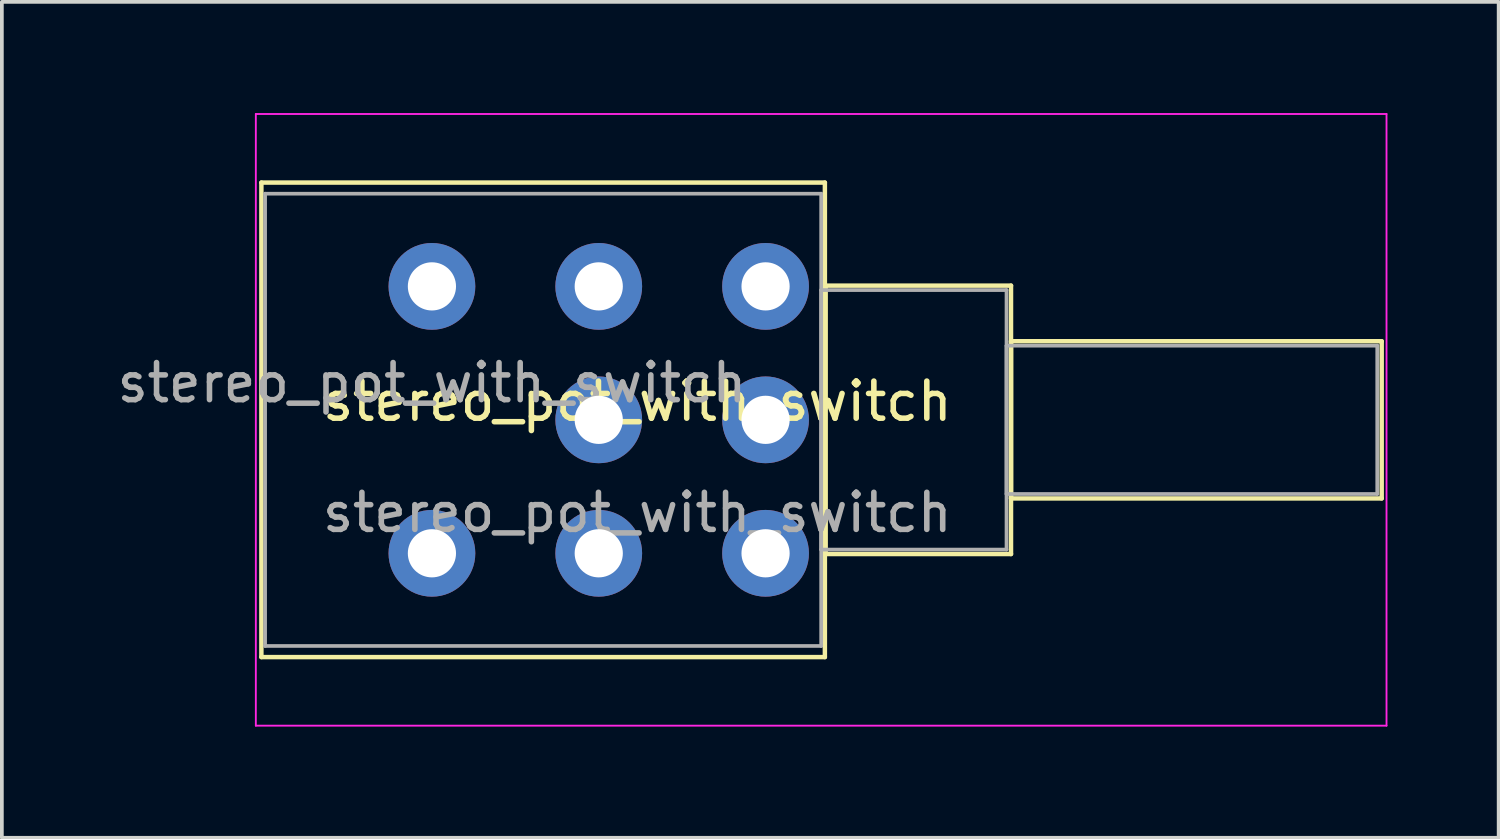
<source format=kicad_pcb>
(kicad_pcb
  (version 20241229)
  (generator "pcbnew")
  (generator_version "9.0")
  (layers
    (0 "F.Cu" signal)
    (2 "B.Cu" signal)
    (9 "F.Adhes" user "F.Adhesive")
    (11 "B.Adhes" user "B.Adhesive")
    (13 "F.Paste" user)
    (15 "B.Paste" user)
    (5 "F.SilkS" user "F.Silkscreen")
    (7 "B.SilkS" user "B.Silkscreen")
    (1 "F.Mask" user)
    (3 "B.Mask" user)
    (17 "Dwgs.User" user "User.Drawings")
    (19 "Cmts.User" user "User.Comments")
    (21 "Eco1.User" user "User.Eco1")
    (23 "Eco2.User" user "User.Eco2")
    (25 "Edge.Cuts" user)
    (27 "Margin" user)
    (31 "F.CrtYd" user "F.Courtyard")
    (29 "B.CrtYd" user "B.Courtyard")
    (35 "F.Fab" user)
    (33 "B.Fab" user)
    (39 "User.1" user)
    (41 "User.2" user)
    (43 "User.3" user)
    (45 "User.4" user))
  (footprint "stereo_pot_with_switch"
    (layer "F.Cu")
    (at 11.601 8.275)
    (property "Reference" "stereo_pot_with_switch" (at 2.54 -0.5 0) (unlocked yes) (layer "F.SilkS") (effects (font (size 1 1) (thickness 0.15))))
    (attr through_hole)
    (fp_line (start -7.6 -6.4) (end -7.6 6.4) (stroke (width 0.12) (type solid)) (layer "F.SilkS"))
    (fp_line (start -7.6 -6.4) (end 7.6 -6.4) (stroke (width 0.12) (type solid)) (layer "F.SilkS"))
    (fp_line (start -7.6 6.4) (end 7.6 6.4) (stroke (width 0.12) (type solid)) (layer "F.SilkS"))
    (fp_line (start 7.6 -6.4) (end 7.6 6.4) (stroke (width 0.12) (type solid)) (layer "F.SilkS"))
    (fp_line (start 7.621 -3.62) (end 7.621 3.62) (stroke (width 0.12) (type solid)) (layer "F.SilkS"))
    (fp_line (start 7.621 -3.62) (end 12.621 -3.62) (stroke (width 0.12) (type solid)) (layer "F.SilkS"))
    (fp_line (start 7.621 3.62) (end 12.621 3.62) (stroke (width 0.12) (type solid)) (layer "F.SilkS"))
    (fp_line (start 12.621 -3.62) (end 12.621 3.62) (stroke (width 0.12) (type solid)) (layer "F.SilkS"))
    (fp_line (start 12.621 -2.12) (end 12.621 2.12) (stroke (width 0.12) (type solid)) (layer "F.SilkS"))
    (fp_line (start 12.621 -2.12) (end 22.62 -2.12) (stroke (width 0.12) (type solid)) (layer "F.SilkS"))
    (fp_line (start 12.621 2.12) (end 22.62 2.12) (stroke (width 0.12) (type solid)) (layer "F.SilkS"))
    (fp_line (start 22.62 -2.12) (end 22.62 2.12) (stroke (width 0.12) (type solid)) (layer "F.SilkS"))
    (fp_line (start -7.75 -8.25) (end -7.75 8.25) (stroke (width 0.05) (type solid)) (layer "F.CrtYd"))
    (fp_line (start -7.75 8.25) (end 22.75 8.25) (stroke (width 0.05) (type solid)) (layer "F.CrtYd"))
    (fp_line (start 22.75 -8.25) (end -7.75 -8.25) (stroke (width 0.05) (type solid)) (layer "F.CrtYd"))
    (fp_line (start 22.75 8.25) (end 22.75 -8.25) (stroke (width 0.05) (type solid)) (layer "F.CrtYd"))
    (fp_line (start -7.5 -6.1) (end -7.5 6.1) (stroke (width 0.1) (type solid)) (layer "F.Fab"))
    (fp_line (start -7.5 6.1) (end 7.5 6.1) (stroke (width 0.1) (type solid)) (layer "F.Fab"))
    (fp_line (start 7.5 -6.1) (end -7.5 -6.1) (stroke (width 0.1) (type solid)) (layer "F.Fab"))
    (fp_line (start 7.5 -3.5) (end 7.5 3.5) (stroke (width 0.1) (type solid)) (layer "F.Fab"))
    (fp_line (start 7.5 3.5) (end 12.5 3.5) (stroke (width 0.1) (type solid)) (layer "F.Fab"))
    (fp_line (start 7.5 6.1) (end 7.5 -6.1) (stroke (width 0.1) (type solid)) (layer "F.Fab"))
    (fp_line (start 12.5 -3.5) (end 7.5 -3.5) (stroke (width 0.1) (type solid)) (layer "F.Fab"))
    (fp_line (start 12.5 -2) (end 12.5 2) (stroke (width 0.1) (type solid)) (layer "F.Fab"))
    (fp_line (start 12.5 2) (end 22.5 2) (stroke (width 0.1) (type solid)) (layer "F.Fab"))
    (fp_line (start 12.5 3.5) (end 12.5 -3.5) (stroke (width 0.1) (type solid)) (layer "F.Fab"))
    (fp_line (start 22.5 -2) (end 12.5 -2) (stroke (width 0.1) (type solid)) (layer "F.Fab"))
    (fp_line (start 22.5 2) (end 22.5 -2) (stroke (width 0.1) (type solid)) (layer "F.Fab"))
    (fp_text user "${REFERENCE}" (at 2.54 2.5 0) (unlocked yes) (layer "F.Fab") (effects (font (size 1 1) (thickness 0.15))))
    (fp_text user "${REFERENCE}" (at -3 -1 0) (layer "F.Fab") (effects (font (size 1 1) (thickness 0.15))))
    (pad "1" thru_hole circle (at 6 3.6) (size 2.34 2.34) (drill 1.3) (layers "*.Cu" "*.Mask"))
    (pad "2" thru_hole circle (at 6 0) (size 2.34 2.34) (drill 1.3) (layers "*.Cu" "*.Mask"))
    (pad "3" thru_hole circle (at 6 -3.6) (size 2.34 2.34) (drill 1.3) (layers "*.Cu" "*.Mask"))
    (pad "4" thru_hole circle (at 1.5 3.6) (size 2.34 2.34) (drill 1.3) (layers "*.Cu" "*.Mask"))
    (pad "5" thru_hole circle (at 1.5 0) (size 2.34 2.34) (drill 1.3) (layers "*.Cu" "*.Mask"))
    (pad "6" thru_hole circle (at 1.5 -3.6) (size 2.34 2.34) (drill 1.3) (layers "*.Cu" "*.Mask"))
    (pad "7" thru_hole circle (at -3 3.6) (size 2.34 2.34) (drill 1.3) (layers "*.Cu" "*.Mask"))
    (pad "8" thru_hole circle (at -3 -3.6) (size 2.34 2.34) (drill 1.3) (layers "*.Cu" "*.Mask")))
  (gr_rect
    (start -3 -3)
    (end 37.376 19.55)
    (stroke (width 0.1) (type default))
    (fill no)
    (layer "Edge.Cuts")))
</source>
